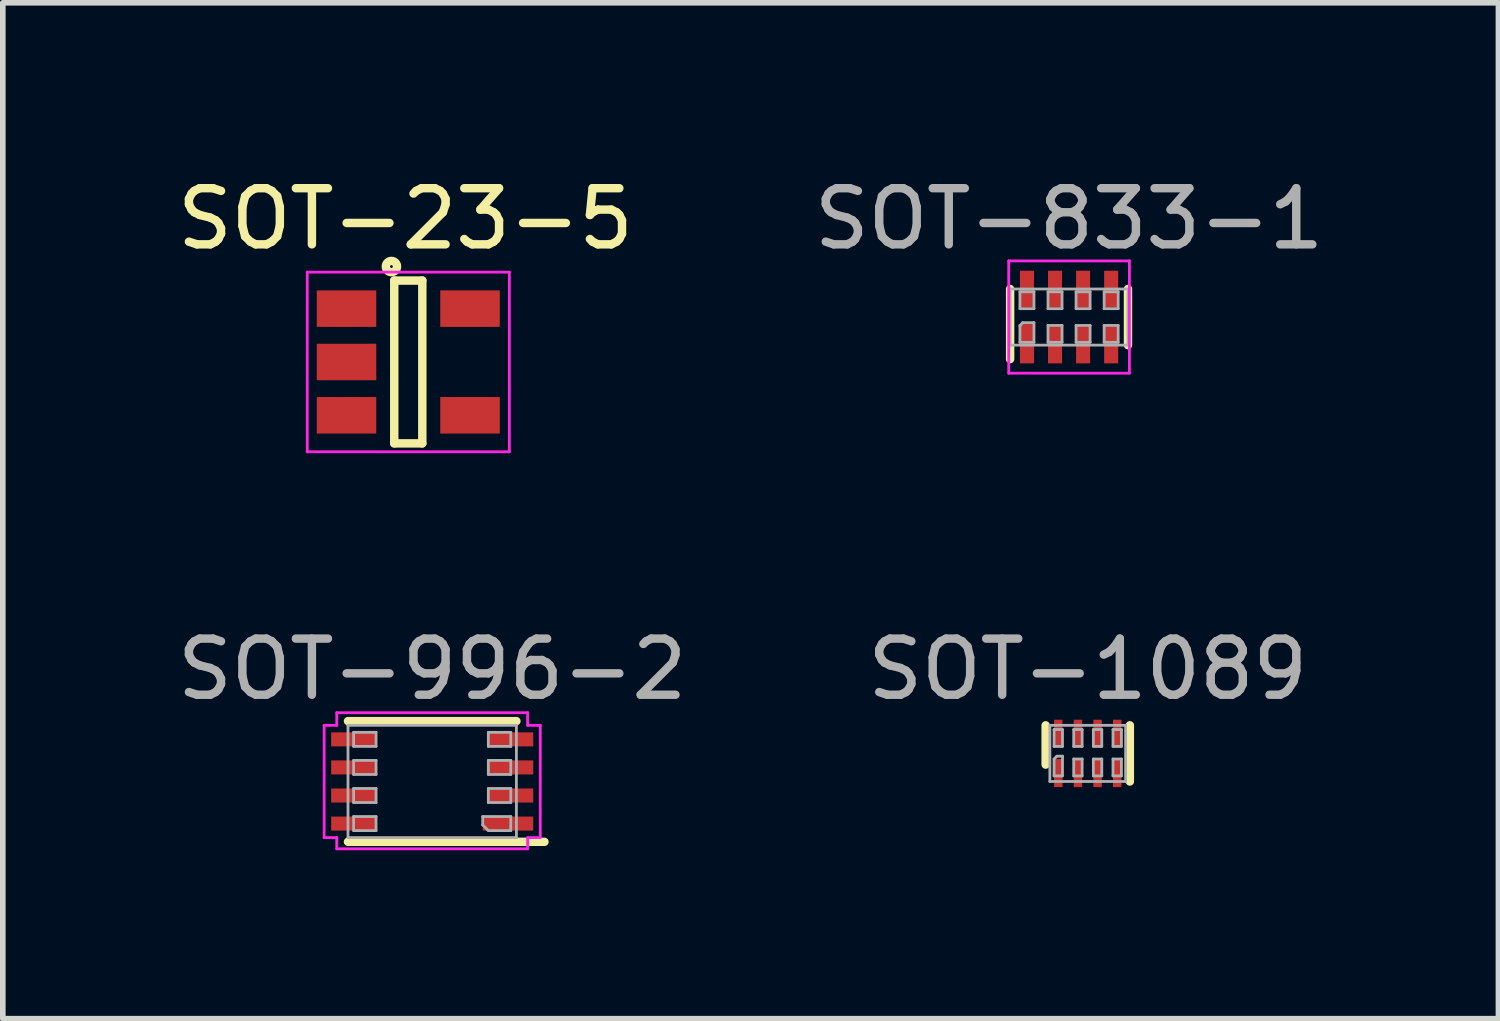
<source format=kicad_pcb>
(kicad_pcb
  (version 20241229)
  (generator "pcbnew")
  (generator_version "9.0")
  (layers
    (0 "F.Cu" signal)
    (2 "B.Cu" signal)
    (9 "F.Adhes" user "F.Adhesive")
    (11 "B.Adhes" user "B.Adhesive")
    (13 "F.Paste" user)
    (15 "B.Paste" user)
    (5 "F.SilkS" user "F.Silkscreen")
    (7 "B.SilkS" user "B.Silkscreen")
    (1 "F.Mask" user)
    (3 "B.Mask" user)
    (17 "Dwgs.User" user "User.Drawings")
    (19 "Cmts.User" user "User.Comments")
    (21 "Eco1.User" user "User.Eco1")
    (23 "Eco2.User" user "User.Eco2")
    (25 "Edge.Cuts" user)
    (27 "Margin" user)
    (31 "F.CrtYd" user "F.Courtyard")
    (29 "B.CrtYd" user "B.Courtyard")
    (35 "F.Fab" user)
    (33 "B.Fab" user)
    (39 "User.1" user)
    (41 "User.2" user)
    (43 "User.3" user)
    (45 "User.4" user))
  (footprint "SOT-23-5"
    (layer "F.Cu")
    (at 4.223 3.398)
    (property "Reference" "SOT-23-5" (at -0.05 -2.55 0) (layer "F.SilkS") (effects (font (size 1 1) (thickness 0.15))))
    (attr smd)
    (fp_line (start -0.25 -1.45) (end -0.25 1.45) (stroke (width 0.15) (type solid)) (layer "F.SilkS"))
    (fp_line (start -0.25 1.45) (end 0.25 1.45) (stroke (width 0.15) (type solid)) (layer "F.SilkS"))
    (fp_line (start 0.25 -1.45) (end -0.25 -1.45) (stroke (width 0.15) (type solid)) (layer "F.SilkS"))
    (fp_line (start 0.25 1.45) (end 0.25 -1.45) (stroke (width 0.15) (type solid)) (layer "F.SilkS"))
    (fp_circle (center -0.3 -1.7) (end -0.2 -1.7) (stroke (width 0.15) (type solid)) (fill no) (layer "F.SilkS"))
    (fp_line (start -1.8 -1.6) (end 1.8 -1.6) (stroke (width 0.05) (type solid)) (layer "F.CrtYd"))
    (fp_line (start -1.8 1.6) (end -1.8 -1.6) (stroke (width 0.05) (type solid)) (layer "F.CrtYd"))
    (fp_line (start 1.8 -1.6) (end 1.8 1.6) (stroke (width 0.05) (type solid)) (layer "F.CrtYd"))
    (fp_line (start 1.8 1.6) (end -1.8 1.6) (stroke (width 0.05) (type solid)) (layer "F.CrtYd"))
    (pad "1" smd rect (at -1.1 -0.95) (size 1.06 0.65) (layers "F.Cu" "F.Mask" "F.Paste"))
    (pad "2" smd rect (at -1.1 0) (size 1.06 0.65) (layers "F.Cu" "F.Mask" "F.Paste"))
    (pad "3" smd rect (at -1.1 0.95) (size 1.06 0.65) (layers "F.Cu" "F.Mask" "F.Paste"))
    (pad "4" smd rect (at 1.1 0.95) (size 1.06 0.65) (layers "F.Cu" "F.Mask" "F.Paste"))
    (pad "5" smd rect (at 1.1 -0.95) (size 1.06 0.65) (layers "F.Cu" "F.Mask" "F.Paste")))
  (footprint "SOT-833-1"
    (layer "F.Cu")
    (at 15.994 2.598)
    (property "Reference" "SOT-833-1" (at 0 -1.75 0) (layer "F.Fab") (effects (font (size 1 1) (thickness 0.15))))
    (attr smd)
    (fp_line (start -1.05 0.75) (end -1.05 -0.5) (stroke (width 0.15) (type solid)) (layer "F.SilkS"))
    (fp_line (start 1.05 -0.5) (end 1.05 0.5) (stroke (width 0.15) (type solid)) (layer "F.SilkS"))
    (fp_line (start -1.075 -1) (end 1.075 -1) (stroke (width 0.05) (type solid)) (layer "F.CrtYd"))
    (fp_line (start -1.075 1) (end -1.075 -1) (stroke (width 0.05) (type solid)) (layer "F.CrtYd"))
    (fp_line (start 1.075 -1) (end 1.075 1) (stroke (width 0.05) (type solid)) (layer "F.CrtYd"))
    (fp_line (start 1.075 1) (end -1.075 1) (stroke (width 0.05) (type solid)) (layer "F.CrtYd"))
    (fp_line (start -1.05 -0.5) (end 1.05 -0.5) (stroke (width 0.05) (type solid)) (layer "F.Fab"))
    (fp_line (start -1.05 0.5) (end -1.05 -0.5) (stroke (width 0.05) (type solid)) (layer "F.Fab"))
    (fp_line (start -0.875 -0.45) (end -0.875 -0.15) (stroke (width 0.05) (type solid)) (layer "F.Fab"))
    (fp_line (start -0.875 -0.15) (end -0.625 -0.15) (stroke (width 0.05) (type solid)) (layer "F.Fab"))
    (fp_line (start -0.875 0.15) (end -0.875 0.45) (stroke (width 0.05) (type solid)) (layer "F.Fab"))
    (fp_line (start -0.875 0.45) (end -0.625 0.45) (stroke (width 0.05) (type solid)) (layer "F.Fab"))
    (fp_line (start -0.825 0.1) (end -0.875 0.15) (stroke (width 0.05) (type solid)) (layer "F.Fab"))
    (fp_line (start -0.625 -0.45) (end -0.875 -0.45) (stroke (width 0.05) (type solid)) (layer "F.Fab"))
    (fp_line (start -0.625 -0.15) (end -0.625 -0.45) (stroke (width 0.05) (type solid)) (layer "F.Fab"))
    (fp_line (start -0.625 0.1) (end -0.825 0.1) (stroke (width 0.05) (type solid)) (layer "F.Fab"))
    (fp_line (start -0.625 0.45) (end -0.625 0.1) (stroke (width 0.05) (type solid)) (layer "F.Fab"))
    (fp_line (start -0.375 -0.45) (end -0.375 -0.15) (stroke (width 0.05) (type solid)) (layer "F.Fab"))
    (fp_line (start -0.375 -0.15) (end -0.125 -0.15) (stroke (width 0.05) (type solid)) (layer "F.Fab"))
    (fp_line (start -0.375 0.15) (end -0.125 0.15) (stroke (width 0.05) (type solid)) (layer "F.Fab"))
    (fp_line (start -0.375 0.45) (end -0.375 0.15) (stroke (width 0.05) (type solid)) (layer "F.Fab"))
    (fp_line (start -0.125 -0.45) (end -0.375 -0.45) (stroke (width 0.05) (type solid)) (layer "F.Fab"))
    (fp_line (start -0.125 -0.15) (end -0.125 -0.45) (stroke (width 0.05) (type solid)) (layer "F.Fab"))
    (fp_line (start -0.125 0.15) (end -0.125 0.45) (stroke (width 0.05) (type solid)) (layer "F.Fab"))
    (fp_line (start -0.125 0.45) (end -0.375 0.45) (stroke (width 0.05) (type solid)) (layer "F.Fab"))
    (fp_line (start 0.125 -0.45) (end 0.125 -0.15) (stroke (width 0.05) (type solid)) (layer "F.Fab"))
    (fp_line (start 0.125 -0.15) (end 0.375 -0.15) (stroke (width 0.05) (type solid)) (layer "F.Fab"))
    (fp_line (start 0.125 0.15) (end 0.375 0.15) (stroke (width 0.05) (type solid)) (layer "F.Fab"))
    (fp_line (start 0.125 0.45) (end 0.125 0.15) (stroke (width 0.05) (type solid)) (layer "F.Fab"))
    (fp_line (start 0.375 -0.45) (end 0.125 -0.45) (stroke (width 0.05) (type solid)) (layer "F.Fab"))
    (fp_line (start 0.375 -0.15) (end 0.375 -0.45) (stroke (width 0.05) (type solid)) (layer "F.Fab"))
    (fp_line (start 0.375 0.15) (end 0.375 0.45) (stroke (width 0.05) (type solid)) (layer "F.Fab"))
    (fp_line (start 0.375 0.45) (end 0.125 0.45) (stroke (width 0.05) (type solid)) (layer "F.Fab"))
    (fp_line (start 0.625 -0.45) (end 0.625 -0.15) (stroke (width 0.05) (type solid)) (layer "F.Fab"))
    (fp_line (start 0.625 -0.15) (end 0.875 -0.15) (stroke (width 0.05) (type solid)) (layer "F.Fab"))
    (fp_line (start 0.625 0.15) (end 0.875 0.15) (stroke (width 0.05) (type solid)) (layer "F.Fab"))
    (fp_line (start 0.625 0.45) (end 0.625 0.15) (stroke (width 0.05) (type solid)) (layer "F.Fab"))
    (fp_line (start 0.875 -0.45) (end 0.625 -0.45) (stroke (width 0.05) (type solid)) (layer "F.Fab"))
    (fp_line (start 0.875 -0.15) (end 0.875 -0.45) (stroke (width 0.05) (type solid)) (layer "F.Fab"))
    (fp_line (start 0.875 0.15) (end 0.875 0.45) (stroke (width 0.05) (type solid)) (layer "F.Fab"))
    (fp_line (start 0.875 0.45) (end 0.625 0.45) (stroke (width 0.05) (type solid)) (layer "F.Fab"))
    (fp_line (start 1.05 -0.5) (end 1.05 0.5) (stroke (width 0.05) (type solid)) (layer "F.Fab"))
    (fp_line (start 1.05 0.5) (end -1.05 0.5) (stroke (width 0.05) (type solid)) (layer "F.Fab"))
    (pad "1" smd rect (at -0.75 0.475) (size 0.25 0.7) (layers "F.Cu" "F.Mask" "F.Paste"))
    (pad "2" smd rect (at -0.25 0.5) (size 0.25 0.65) (layers "F.Cu" "F.Mask" "F.Paste"))
    (pad "3" smd rect (at 0.25 0.5) (size 0.25 0.65) (layers "F.Cu" "F.Mask" "F.Paste"))
    (pad "4" smd rect (at 0.75 0.5) (size 0.25 0.65) (layers "F.Cu" "F.Mask" "F.Paste"))
    (pad "5" smd rect (at 0.75 -0.5) (size 0.25 0.65) (layers "F.Cu" "F.Mask" "F.Paste"))
    (pad "6" smd rect (at 0.25 -0.5) (size 0.25 0.65) (layers "F.Cu" "F.Mask" "F.Paste"))
    (pad "7" smd rect (at -0.25 -0.5) (size 0.25 0.65) (layers "F.Cu" "F.Mask" "F.Paste"))
    (pad "8" smd rect (at -0.75 -0.5) (size 0.25 0.65) (layers "F.Cu" "F.Mask" "F.Paste")))
  (footprint "SOT-1089"
    (layer "F.Cu")
    (at 16.327 10.371)
    (property "Reference" "SOT-1089" (at 0 -1.5 0) (layer "F.Fab") (effects (font (size 1 1) (thickness 0.15))))
    (attr smd)
    (fp_line (start -0.75 0.2) (end -0.75 -0.5) (stroke (width 0.15) (type solid)) (layer "F.SilkS"))
    (fp_line (start 0.75 -0.5) (end 0.75 0.5) (stroke (width 0.15) (type solid)) (layer "F.SilkS"))
    (fp_line (start -0.675 -0.5) (end 0.675 -0.5) (stroke (width 0.05) (type solid)) (layer "F.Fab"))
    (fp_line (start -0.675 0.5) (end -0.675 -0.5) (stroke (width 0.05) (type solid)) (layer "F.Fab"))
    (fp_line (start -0.6 -0.425) (end -0.45 -0.425) (stroke (width 0.05) (type solid)) (layer "F.Fab"))
    (fp_line (start -0.6 -0.125) (end -0.6 -0.425) (stroke (width 0.05) (type solid)) (layer "F.Fab"))
    (fp_line (start -0.6 0.1) (end -0.55 0.05) (stroke (width 0.05) (type solid)) (layer "F.Fab"))
    (fp_line (start -0.6 0.4) (end -0.6 0.1) (stroke (width 0.05) (type solid)) (layer "F.Fab"))
    (fp_line (start -0.55 0.05) (end -0.45 0.05) (stroke (width 0.05) (type solid)) (layer "F.Fab"))
    (fp_line (start -0.45 -0.425) (end -0.45 -0.125) (stroke (width 0.05) (type solid)) (layer "F.Fab"))
    (fp_line (start -0.45 -0.125) (end -0.6 -0.125) (stroke (width 0.05) (type solid)) (layer "F.Fab"))
    (fp_line (start -0.45 0.05) (end -0.45 0.4) (stroke (width 0.05) (type solid)) (layer "F.Fab"))
    (fp_line (start -0.45 0.4) (end -0.6 0.4) (stroke (width 0.05) (type solid)) (layer "F.Fab"))
    (fp_line (start -0.25 -0.425) (end -0.1 -0.425) (stroke (width 0.05) (type solid)) (layer "F.Fab"))
    (fp_line (start -0.25 -0.125) (end -0.25 -0.425) (stroke (width 0.05) (type solid)) (layer "F.Fab"))
    (fp_line (start -0.25 0.1) (end -0.1 0.1) (stroke (width 0.05) (type solid)) (layer "F.Fab"))
    (fp_line (start -0.25 0.4) (end -0.25 0.1) (stroke (width 0.05) (type solid)) (layer "F.Fab"))
    (fp_line (start -0.1 -0.425) (end -0.1 -0.125) (stroke (width 0.05) (type solid)) (layer "F.Fab"))
    (fp_line (start -0.1 -0.125) (end -0.25 -0.125) (stroke (width 0.05) (type solid)) (layer "F.Fab"))
    (fp_line (start -0.1 0.1) (end -0.1 0.4) (stroke (width 0.05) (type solid)) (layer "F.Fab"))
    (fp_line (start -0.1 0.4) (end -0.25 0.4) (stroke (width 0.05) (type solid)) (layer "F.Fab"))
    (fp_line (start 0.1 -0.425) (end 0.25 -0.425) (stroke (width 0.05) (type solid)) (layer "F.Fab"))
    (fp_line (start 0.1 -0.125) (end 0.1 -0.425) (stroke (width 0.05) (type solid)) (layer "F.Fab"))
    (fp_line (start 0.1 0.1) (end 0.25 0.1) (stroke (width 0.05) (type solid)) (layer "F.Fab"))
    (fp_line (start 0.1 0.4) (end 0.1 0.1) (stroke (width 0.05) (type solid)) (layer "F.Fab"))
    (fp_line (start 0.25 -0.425) (end 0.25 -0.125) (stroke (width 0.05) (type solid)) (layer "F.Fab"))
    (fp_line (start 0.25 -0.125) (end 0.1 -0.125) (stroke (width 0.05) (type solid)) (layer "F.Fab"))
    (fp_line (start 0.25 0.1) (end 0.25 0.4) (stroke (width 0.05) (type solid)) (layer "F.Fab"))
    (fp_line (start 0.25 0.4) (end 0.1 0.4) (stroke (width 0.05) (type solid)) (layer "F.Fab"))
    (fp_line (start 0.45 -0.425) (end 0.6 -0.425) (stroke (width 0.05) (type solid)) (layer "F.Fab"))
    (fp_line (start 0.45 -0.125) (end 0.45 -0.425) (stroke (width 0.05) (type solid)) (layer "F.Fab"))
    (fp_line (start 0.45 0.1) (end 0.6 0.1) (stroke (width 0.05) (type solid)) (layer "F.Fab"))
    (fp_line (start 0.45 0.4) (end 0.45 0.1) (stroke (width 0.05) (type solid)) (layer "F.Fab"))
    (fp_line (start 0.6 -0.425) (end 0.6 -0.125) (stroke (width 0.05) (type solid)) (layer "F.Fab"))
    (fp_line (start 0.6 -0.125) (end 0.45 -0.125) (stroke (width 0.05) (type solid)) (layer "F.Fab"))
    (fp_line (start 0.6 0.1) (end 0.6 0.4) (stroke (width 0.05) (type solid)) (layer "F.Fab"))
    (fp_line (start 0.6 0.4) (end 0.45 0.4) (stroke (width 0.05) (type solid)) (layer "F.Fab"))
    (fp_line (start 0.675 -0.5) (end 0.675 0.5) (stroke (width 0.05) (type solid)) (layer "F.Fab"))
    (fp_line (start 0.675 0.5) (end -0.675 0.5) (stroke (width 0.05) (type solid)) (layer "F.Fab"))
    (pad "1" smd rect (at -0.525 0.35) (size 0.15 0.5) (layers "F.Cu" "F.Mask" "F.Paste"))
    (pad "2" smd rect (at -0.175 0.35) (size 0.15 0.5) (layers "F.Cu" "F.Mask" "F.Paste"))
    (pad "3" smd rect (at 0.175 0.35) (size 0.15 0.5) (layers "F.Cu" "F.Mask" "F.Paste"))
    (pad "4" smd rect (at 0.525 0.35) (size 0.15 0.5) (layers "F.Cu" "F.Mask" "F.Paste"))
    (pad "5" smd rect (at 0.525 -0.35) (size 0.15 0.5) (layers "F.Cu" "F.Mask" "F.Paste"))
    (pad "6" smd rect (at 0.175 -0.35) (size 0.15 0.5) (layers "F.Cu" "F.Mask" "F.Paste"))
    (pad "7" smd rect (at -0.175 -0.35) (size 0.15 0.5) (layers "F.Cu" "F.Mask" "F.Paste"))
    (pad "8" smd rect (at -0.525 -0.35) (size 0.15 0.5) (layers "F.Cu" "F.Mask" "F.Paste")))
  (footprint "SOT-996-2"
    (layer "F.Cu")
    (at 4.649 10.871)
    (property "Reference" "SOT-996-2" (at 0 -2 0) (layer "F.Fab") (effects (font (size 1 1) (thickness 0.15))))
    (attr smd)
    (fp_line (start -1.5 -1.075) (end 1.5 -1.075) (stroke (width 0.15) (type solid)) (layer "F.SilkS"))
    (fp_line (start 2 1.075) (end -1.5 1.075) (stroke (width 0.15) (type solid)) (layer "F.SilkS"))
    (fp_line (start -1.925 -1) (end -1.925 1) (stroke (width 0.05) (type solid)) (layer "F.CrtYd"))
    (fp_line (start -1.925 1) (end -1.7 1) (stroke (width 0.05) (type solid)) (layer "F.CrtYd"))
    (fp_line (start -1.7 -1.225) (end -1.7 -1) (stroke (width 0.05) (type solid)) (layer "F.CrtYd"))
    (fp_line (start -1.7 -1) (end -1.925 -1) (stroke (width 0.05) (type solid)) (layer "F.CrtYd"))
    (fp_line (start -1.7 1) (end -1.7 1.2) (stroke (width 0.05) (type solid)) (layer "F.CrtYd"))
    (fp_line (start -1.7 1.2) (end 1.7 1.2) (stroke (width 0.05) (type solid)) (layer "F.CrtYd"))
    (fp_line (start 1.7 -1.225) (end -1.7 -1.225) (stroke (width 0.05) (type solid)) (layer "F.CrtYd"))
    (fp_line (start 1.7 -1) (end 1.7 -1.225) (stroke (width 0.05) (type solid)) (layer "F.CrtYd"))
    (fp_line (start 1.7 1) (end 1.925 1) (stroke (width 0.05) (type solid)) (layer "F.CrtYd"))
    (fp_line (start 1.7 1.2) (end 1.7 1) (stroke (width 0.05) (type solid)) (layer "F.CrtYd"))
    (fp_line (start 1.925 -1) (end 1.7 -1) (stroke (width 0.05) (type solid)) (layer "F.CrtYd"))
    (fp_line (start 1.925 1) (end 1.925 -1) (stroke (width 0.05) (type solid)) (layer "F.CrtYd"))
    (fp_line (start -1.5 -1) (end 1.5 -1) (stroke (width 0.05) (type solid)) (layer "F.Fab"))
    (fp_line (start -1.5 1) (end -1.5 -1) (stroke (width 0.05) (type solid)) (layer "F.Fab"))
    (fp_line (start -1.4 -0.875) (end -1.4 -0.625) (stroke (width 0.05) (type solid)) (layer "F.Fab"))
    (fp_line (start -1.4 -0.625) (end -1 -0.625) (stroke (width 0.05) (type solid)) (layer "F.Fab"))
    (fp_line (start -1.4 -0.375) (end -1.4 -0.125) (stroke (width 0.05) (type solid)) (layer "F.Fab"))
    (fp_line (start -1.4 -0.125) (end -1 -0.125) (stroke (width 0.05) (type solid)) (layer "F.Fab"))
    (fp_line (start -1.4 0.125) (end -1.4 0.375) (stroke (width 0.05) (type solid)) (layer "F.Fab"))
    (fp_line (start -1.4 0.375) (end -1 0.375) (stroke (width 0.05) (type solid)) (layer "F.Fab"))
    (fp_line (start -1.4 0.625) (end -1.4 0.875) (stroke (width 0.05) (type solid)) (layer "F.Fab"))
    (fp_line (start -1.4 0.875) (end -1 0.875) (stroke (width 0.05) (type solid)) (layer "F.Fab"))
    (fp_line (start -1 -0.875) (end -1.4 -0.875) (stroke (width 0.05) (type solid)) (layer "F.Fab"))
    (fp_line (start -1 -0.625) (end -1 -0.875) (stroke (width 0.05) (type solid)) (layer "F.Fab"))
    (fp_line (start -1 -0.375) (end -1.4 -0.375) (stroke (width 0.05) (type solid)) (layer "F.Fab"))
    (fp_line (start -1 -0.125) (end -1 -0.375) (stroke (width 0.05) (type solid)) (layer "F.Fab"))
    (fp_line (start -1 0.125) (end -1.4 0.125) (stroke (width 0.05) (type solid)) (layer "F.Fab"))
    (fp_line (start -1 0.375) (end -1 0.125) (stroke (width 0.05) (type solid)) (layer "F.Fab"))
    (fp_line (start -1 0.625) (end -1.4 0.625) (stroke (width 0.05) (type solid)) (layer "F.Fab"))
    (fp_line (start -1 0.875) (end -1 0.625) (stroke (width 0.05) (type solid)) (layer "F.Fab"))
    (fp_line (start 0.9 0.625) (end 1.4 0.625) (stroke (width 0.05) (type solid)) (layer "F.Fab"))
    (fp_line (start 0.9 0.775) (end 0.9 0.625) (stroke (width 0.05) (type solid)) (layer "F.Fab"))
    (fp_line (start 1 -0.875) (end 1 -0.625) (stroke (width 0.05) (type solid)) (layer "F.Fab"))
    (fp_line (start 1 -0.625) (end 1.4 -0.625) (stroke (width 0.05) (type solid)) (layer "F.Fab"))
    (fp_line (start 1 -0.375) (end 1 -0.125) (stroke (width 0.05) (type solid)) (layer "F.Fab"))
    (fp_line (start 1 -0.125) (end 1.4 -0.125) (stroke (width 0.05) (type solid)) (layer "F.Fab"))
    (fp_line (start 1 0.125) (end 1 0.375) (stroke (width 0.05) (type solid)) (layer "F.Fab"))
    (fp_line (start 1 0.375) (end 1.4 0.375) (stroke (width 0.05) (type solid)) (layer "F.Fab"))
    (fp_line (start 1 0.875) (end 0.9 0.775) (stroke (width 0.05) (type solid)) (layer "F.Fab"))
    (fp_line (start 1.4 -0.875) (end 1 -0.875) (stroke (width 0.05) (type solid)) (layer "F.Fab"))
    (fp_line (start 1.4 -0.625) (end 1.4 -0.875) (stroke (width 0.05) (type solid)) (layer "F.Fab"))
    (fp_line (start 1.4 -0.375) (end 1 -0.375) (stroke (width 0.05) (type solid)) (layer "F.Fab"))
    (fp_line (start 1.4 -0.125) (end 1.4 -0.375) (stroke (width 0.05) (type solid)) (layer "F.Fab"))
    (fp_line (start 1.4 0.125) (end 1 0.125) (stroke (width 0.05) (type solid)) (layer "F.Fab"))
    (fp_line (start 1.4 0.375) (end 1.4 0.125) (stroke (width 0.05) (type solid)) (layer "F.Fab"))
    (fp_line (start 1.4 0.625) (end 1.4 0.875) (stroke (width 0.05) (type solid)) (layer "F.Fab"))
    (fp_line (start 1.4 0.875) (end 1 0.875) (stroke (width 0.05) (type solid)) (layer "F.Fab"))
    (fp_line (start 1.5 -1) (end 1.5 1) (stroke (width 0.05) (type solid)) (layer "F.Fab"))
    (fp_line (start 1.5 1) (end -1.5 1) (stroke (width 0.05) (type solid)) (layer "F.Fab"))
    (pad "1" smd rect (at 1.35 0.75) (size 0.9 0.25) (layers "F.Cu" "F.Mask" "F.Paste"))
    (pad "2" smd rect (at 1.4 0.25) (size 0.8 0.25) (layers "F.Cu" "F.Mask" "F.Paste"))
    (pad "3" smd rect (at 1.4 -0.25) (size 0.8 0.25) (layers "F.Cu" "F.Mask" "F.Paste"))
    (pad "4" smd rect (at 1.4 -0.75) (size 0.8 0.25) (layers "F.Cu" "F.Mask" "F.Paste"))
    (pad "5" smd rect (at -1.4 -0.75) (size 0.8 0.25) (layers "F.Cu" "F.Mask" "F.Paste"))
    (pad "6" smd rect (at -1.4 -0.25) (size 0.8 0.25) (layers "F.Cu" "F.Mask" "F.Paste"))
    (pad "7" smd rect (at -1.4 0.25) (size 0.8 0.25) (layers "F.Cu" "F.Mask" "F.Paste"))
    (pad "8" smd rect (at -1.4 0.75) (size 0.8 0.25) (layers "F.Cu" "F.Mask" "F.Paste")))
  (gr_rect
    (start -3 -3)
    (end 23.643 15.097)
    (stroke (width 0.1) (type default))
    (fill no)
    (layer "Edge.Cuts")))
</source>
